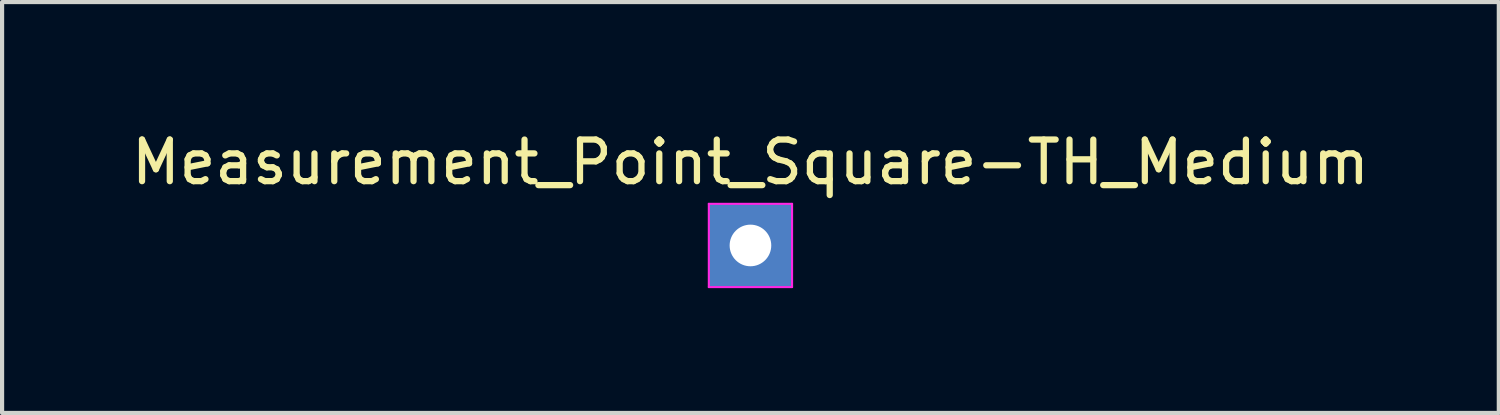
<source format=kicad_pcb>
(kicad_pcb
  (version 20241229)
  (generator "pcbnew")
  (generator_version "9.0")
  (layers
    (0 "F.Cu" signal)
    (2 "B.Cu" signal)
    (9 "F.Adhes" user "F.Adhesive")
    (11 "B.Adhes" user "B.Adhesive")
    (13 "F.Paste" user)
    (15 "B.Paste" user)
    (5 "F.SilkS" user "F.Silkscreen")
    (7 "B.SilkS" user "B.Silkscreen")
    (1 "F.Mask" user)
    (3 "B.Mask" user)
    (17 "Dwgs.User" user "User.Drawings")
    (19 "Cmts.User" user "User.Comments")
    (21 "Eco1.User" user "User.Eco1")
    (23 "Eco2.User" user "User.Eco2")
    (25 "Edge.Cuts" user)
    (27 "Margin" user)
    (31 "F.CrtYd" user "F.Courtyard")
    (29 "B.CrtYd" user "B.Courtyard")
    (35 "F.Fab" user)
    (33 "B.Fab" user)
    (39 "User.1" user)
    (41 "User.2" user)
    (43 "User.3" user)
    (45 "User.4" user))
  (footprint "Measurement_Point_Square-TH_Medium"
    (layer "F.Cu")
    (at 14.982 2.848)
    (property "Reference" "Measurement_Point_Square-TH_Medium" (at 0 -2 0) (layer "F.SilkS") (effects (font (size 1 1) (thickness 0.15))))
    (attr exclude_from_pos_files exclude_from_bom)
    (fp_line (start -1 -1) (end 1 -1) (stroke (width 0.05) (type solid)) (layer "F.CrtYd"))
    (fp_line (start -1 1) (end -1 -1) (stroke (width 0.05) (type solid)) (layer "F.CrtYd"))
    (fp_line (start 1 -1) (end 1 1) (stroke (width 0.05) (type solid)) (layer "F.CrtYd"))
    (fp_line (start 1 1) (end -1 1) (stroke (width 0.05) (type solid)) (layer "F.CrtYd"))
    (pad "" thru_hole rect (at 0 0) (size 2 2) (drill 1) (layers "*.Cu" "*.Mask")))
  (gr_rect
    (start -3 -3)
    (end 32.964 6.873)
    (stroke (width 0.1) (type default))
    (fill no)
    (layer "Edge.Cuts")))
</source>
